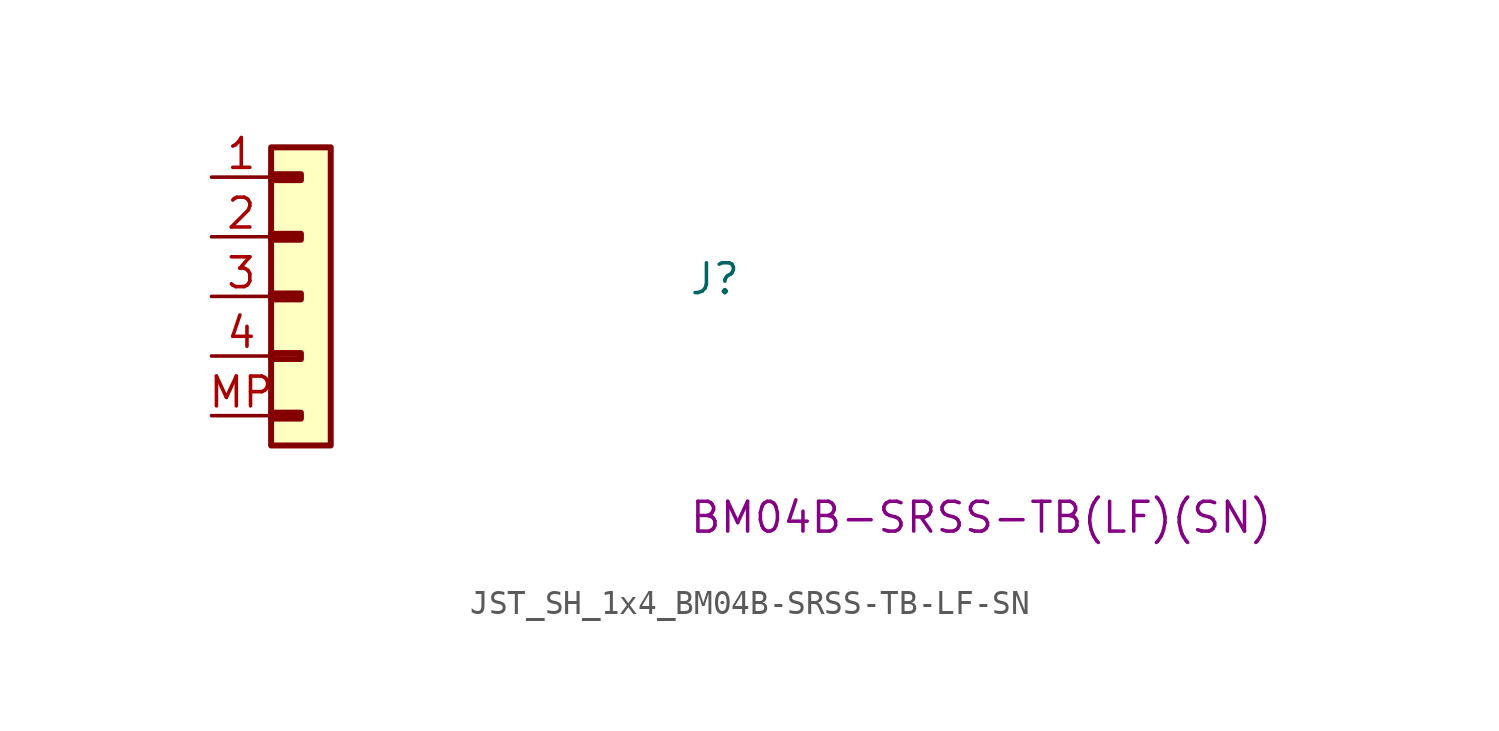
<source format=kicad_sym>
(kicad_symbol_lib
  (version 20220914)
  (generator kicad_symbol_editor)
  (symbol "JST_SH_1x4_BM04B-SRSS-TB-LF-SN"
    (pin_names hide)
    (property "Reference" "J"
      (at 20.32 -5.08 0)
      (effects (font (size 1.27 1.27) (thickness 0.15)) (justify left bottom)))
    (property "MPN" "BM04B-SRSS-TB(LF)(SN) "
      (at 20.32 -15.24 0)
      (effects (font (size 1.27 1.27) (thickness 0.15)) (justify left bottom)))
    (symbol "JST_SH_1x4_BM04B-SRSS-TB-LF-SN_1_1"
      (rectangle (start 2.54 -10.033) (end 3.81 -10.287) (stroke (width 0.254) (type default)) (fill (type background)))
      (rectangle (start 2.54 -7.493) (end 3.81 -7.747) (stroke (width 0.254) (type default)) (fill (type background)))
      (rectangle (start 2.54 -4.953) (end 3.81 -5.207) (stroke (width 0.254) (type default)) (fill (type background)))
      (rectangle (start 2.54 -2.413) (end 3.81 -2.667) (stroke (width 0.254) (type default)) (fill (type background)))
      (rectangle (start 2.54 0.127) (end 3.81 -0.127) (stroke (width 0.254) (type default)) (fill (type background)))
      (rectangle (start 2.54 1.27) (end 5.08 -11.43) (stroke (width 0.254) (type default)) (fill (type background)))
      (pin passive line (at 0 0 0) (length 2.54) (name "Pin_1" (effects (font (size 1.27 1.27)))) (number "1" (effects (font (size 1.27 1.27)))))
      (pin passive line (at 0 -2.54 0) (length 2.54) (name "Pin_2" (effects (font (size 1.27 1.27)))) (number "2" (effects (font (size 1.27 1.27)))))
      (pin passive line (at 0 -5.08 0) (length 2.54) (name "Pin_3" (effects (font (size 1.27 1.27)))) (number "3" (effects (font (size 1.27 1.27)))))
      (pin passive line (at 0 -7.62 0) (length 2.54) (name "Pin_4" (effects (font (size 1.27 1.27)))) (number "4" (effects (font (size 1.27 1.27)))))
      (pin passive line (at 0 -10.16 0) (length 2.54) (name "MP" (effects (font (size 1.27 1.27)))) (number "MP" (effects (font (size 1.27 1.27))))))))
</source>
